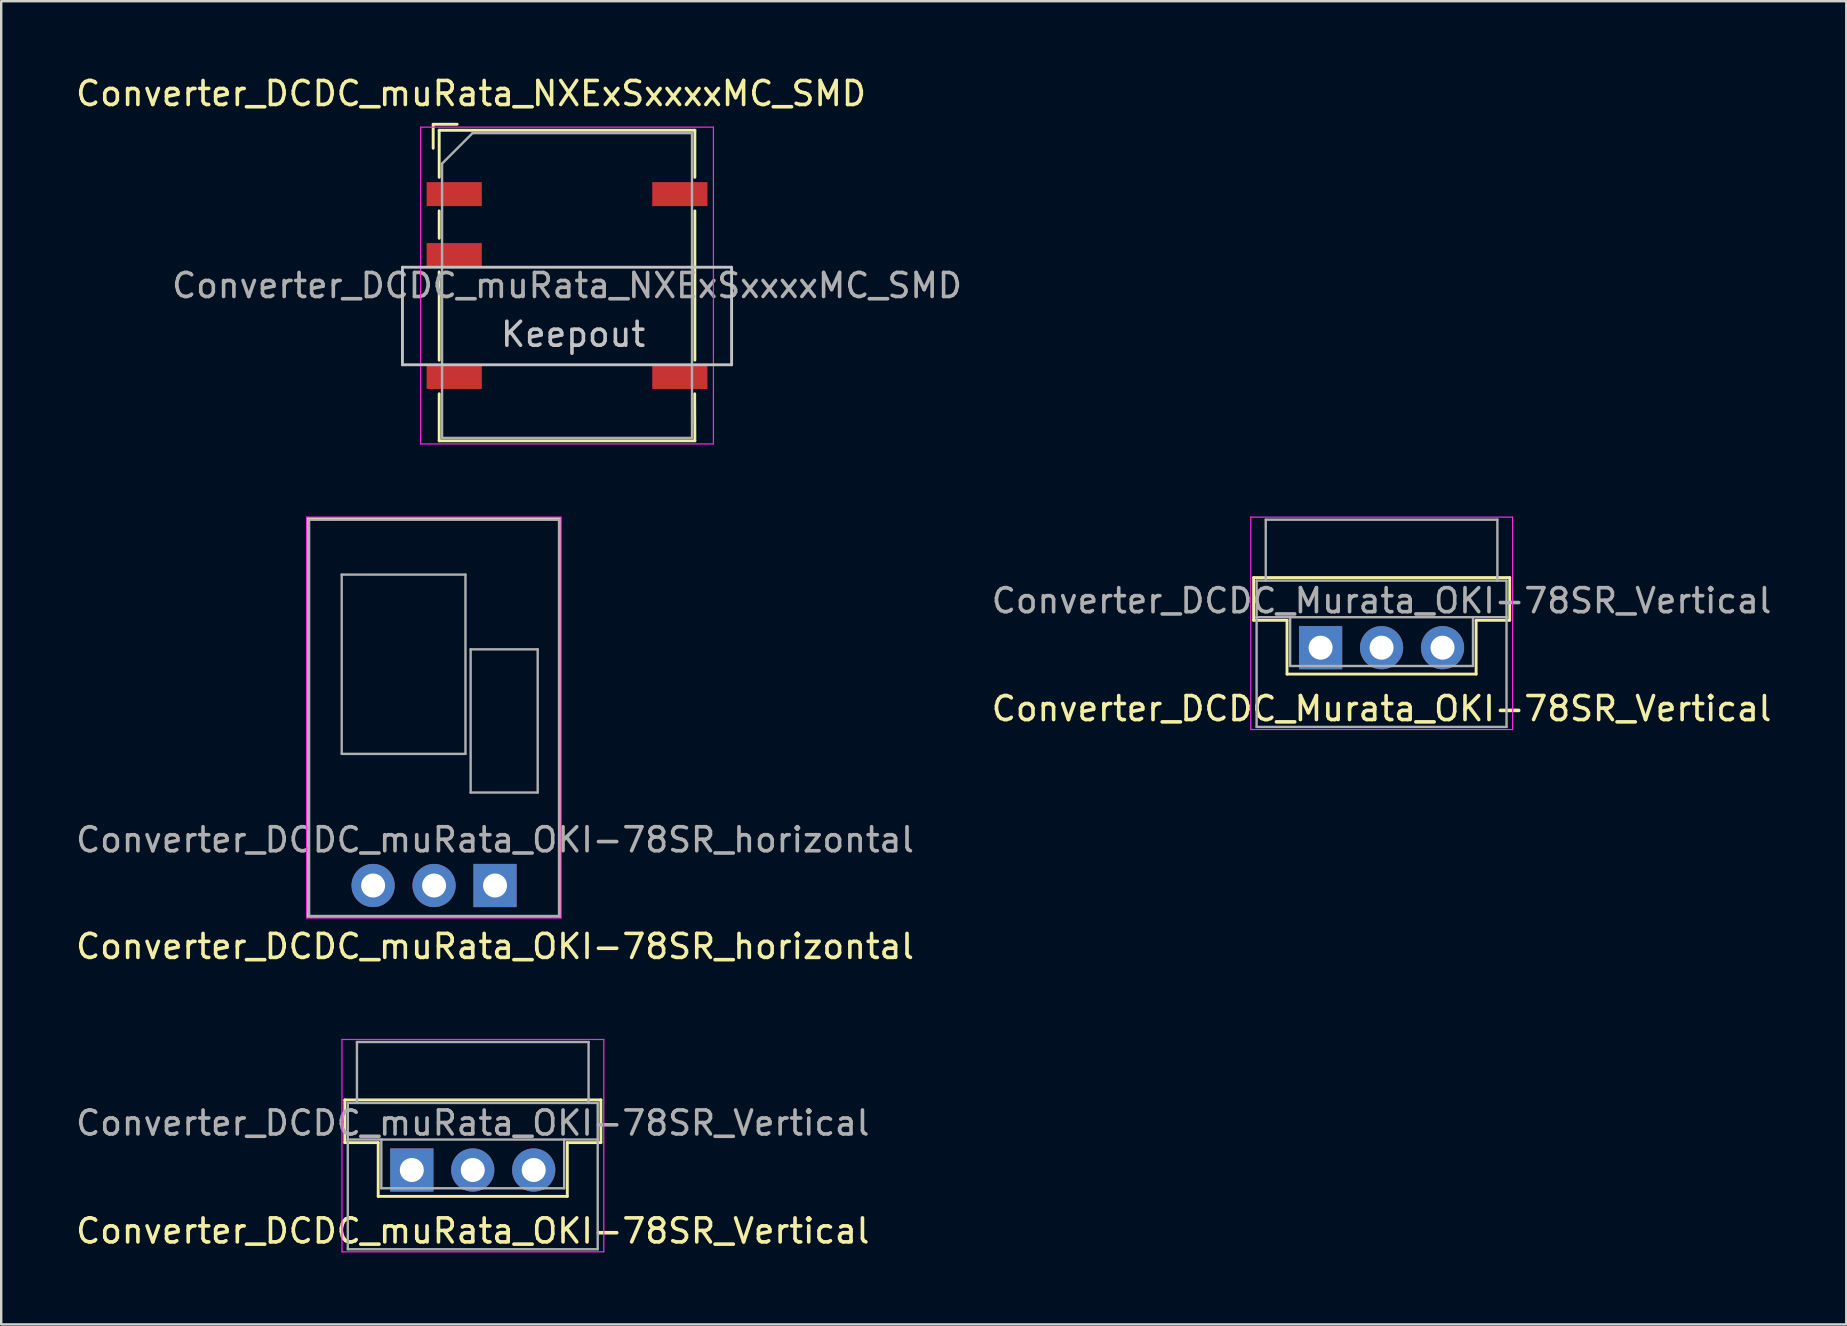
<source format=kicad_pcb>
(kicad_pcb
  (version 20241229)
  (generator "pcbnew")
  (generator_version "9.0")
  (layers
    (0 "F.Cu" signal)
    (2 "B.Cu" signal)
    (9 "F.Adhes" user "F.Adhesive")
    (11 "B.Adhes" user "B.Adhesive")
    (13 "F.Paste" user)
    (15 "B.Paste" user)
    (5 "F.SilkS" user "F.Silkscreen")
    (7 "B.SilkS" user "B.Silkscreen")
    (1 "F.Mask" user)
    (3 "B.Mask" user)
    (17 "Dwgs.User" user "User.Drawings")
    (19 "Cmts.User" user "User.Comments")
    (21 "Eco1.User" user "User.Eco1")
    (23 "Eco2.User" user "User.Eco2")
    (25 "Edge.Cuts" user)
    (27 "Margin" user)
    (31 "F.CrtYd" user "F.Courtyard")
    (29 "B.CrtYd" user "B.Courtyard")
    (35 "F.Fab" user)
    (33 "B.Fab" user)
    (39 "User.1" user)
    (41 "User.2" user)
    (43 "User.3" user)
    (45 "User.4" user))
  (footprint "Converter_DCDC_Murata_OKI-78SR_Vertical"
    (layer "F.Cu")
    (at 51.978 23.938)
    (property "Reference" "Converter_DCDC_Murata_OKI-78SR_Vertical" (at 2.54 2.54 180) (layer "F.SilkS") (effects (font (size 1 1) (thickness 0.15))))
    (attr through_hole)
    (fp_line (start -2.79 -2.92) (end -2.79 -1.14) (stroke (width 0.12) (type solid)) (layer "F.SilkS"))
    (fp_line (start -1.4 -1.14) (end -2.79 -1.14) (stroke (width 0.12) (type solid)) (layer "F.SilkS"))
    (fp_line (start -1.4 1.1) (end -1.4 -1.14) (stroke (width 0.12) (type solid)) (layer "F.SilkS"))
    (fp_line (start 6.48 -1.14) (end 6.48 1.1) (stroke (width 0.12) (type solid)) (layer "F.SilkS"))
    (fp_line (start 6.48 1.1) (end -1.4 1.1) (stroke (width 0.12) (type solid)) (layer "F.SilkS"))
    (fp_line (start 7.88 -2.92) (end -2.79 -2.92) (stroke (width 0.12) (type solid)) (layer "F.SilkS"))
    (fp_line (start 7.88 -1.15) (end 7.88 -2.92) (stroke (width 0.12) (type solid)) (layer "F.SilkS"))
    (fp_line (start 7.88 -1.14) (end 6.48 -1.14) (stroke (width 0.12) (type solid)) (layer "F.SilkS"))
    (fp_line (start -2.91 -5.44) (end -2.91 3.41) (stroke (width 0.05) (type solid)) (layer "F.CrtYd"))
    (fp_line (start -2.91 3.41) (end 8 3.41) (stroke (width 0.05) (type solid)) (layer "F.CrtYd"))
    (fp_line (start 8 -5.44) (end -2.91 -5.44) (stroke (width 0.05) (type solid)) (layer "F.CrtYd"))
    (fp_line (start 8 3.41) (end 8 -5.44) (stroke (width 0.05) (type solid)) (layer "F.CrtYd"))
    (fp_line (start -2.667 -2.794) (end -2.667 -1.27) (stroke (width 0.1) (type solid)) (layer "F.Fab"))
    (fp_line (start -2.667 -2.794) (end 7.747 -2.794) (stroke (width 0.1) (type solid)) (layer "F.Fab"))
    (fp_line (start -2.667 -1.27) (end -2.667 3.302) (stroke (width 0.1) (type solid)) (layer "F.Fab"))
    (fp_line (start -2.667 -1.27) (end 7.747 -1.27) (stroke (width 0.1) (type solid)) (layer "F.Fab"))
    (fp_line (start -2.286 -5.334) (end -2.286 -2.794) (stroke (width 0.1) (type solid)) (layer "F.Fab"))
    (fp_line (start -1.27 0.762) (end -1.27 -1.27) (stroke (width 0.1) (type solid)) (layer "F.Fab"))
    (fp_line (start -1.27 0.762) (end -0.406 0.762) (stroke (width 0.1) (type solid)) (layer "F.Fab"))
    (fp_line (start 0.406 0.762) (end -0.406 0.762) (stroke (width 0.1) (type solid)) (layer "F.Fab"))
    (fp_line (start 0.406 0.762) (end 2.134 0.762) (stroke (width 0.1) (type solid)) (layer "F.Fab"))
    (fp_line (start 2.946 0.762) (end 2.134 0.762) (stroke (width 0.1) (type solid)) (layer "F.Fab"))
    (fp_line (start 2.946 0.762) (end 4.674 0.762) (stroke (width 0.1) (type solid)) (layer "F.Fab"))
    (fp_line (start 5.486 0.762) (end 4.674 0.762) (stroke (width 0.1) (type solid)) (layer "F.Fab"))
    (fp_line (start 5.486 0.762) (end 6.35 0.762) (stroke (width 0.1) (type solid)) (layer "F.Fab"))
    (fp_line (start 6.35 -1.27) (end 6.35 0.762) (stroke (width 0.1) (type solid)) (layer "F.Fab"))
    (fp_line (start 7.366 -5.334) (end -2.286 -5.334) (stroke (width 0.1) (type solid)) (layer "F.Fab"))
    (fp_line (start 7.366 -2.794) (end 7.366 -5.334) (stroke (width 0.1) (type solid)) (layer "F.Fab"))
    (fp_line (start 7.747 -2.794) (end 7.747 -1.27) (stroke (width 0.1) (type solid)) (layer "F.Fab"))
    (fp_line (start 7.747 -1.27) (end 7.747 3.302) (stroke (width 0.1) (type solid)) (layer "F.Fab"))
    (fp_line (start 7.747 3.302) (end -2.667 3.302) (stroke (width 0.1) (type solid)) (layer "F.Fab"))
    (fp_text user "${REFERENCE}" (at 2.54 -1.956 180) (layer "F.Fab") (effects (font (size 1 1) (thickness 0.15))))
    (pad "1" thru_hole rect (at 0 0) (size 1.8 1.8) (drill 1) (layers "*.Cu" "*.Mask"))
    (pad "2" thru_hole circle (at 2.54 0) (size 1.8 1.8) (drill 1) (layers "*.Cu" "*.Mask"))
    (pad "3" thru_hole circle (at 5.08 0) (size 1.8 1.8) (drill 1) (layers "*.Cu" "*.Mask")))
  (footprint "Converter_DCDC_muRata_OKI-78SR_horizontal"
    (layer "F.Cu")
    (at 17.577 33.848)
    (property "Reference" "Converter_DCDC_muRata_OKI-78SR_horizontal" (at 0 2.54 0) (layer "F.SilkS") (effects (font (size 1 1) (thickness 0.15))))
    (attr smd)
    (fp_line (start -7.8 -15.3) (end -7.8 1.3) (stroke (width 0.1) (type solid)) (layer "F.SilkS"))
    (fp_line (start -7.8 1.3) (end 2.7 1.3) (stroke (width 0.1) (type solid)) (layer "F.SilkS"))
    (fp_line (start 2.7 -15.3) (end -7.8 -15.3) (stroke (width 0.1) (type solid)) (layer "F.SilkS"))
    (fp_line (start 2.7 1.3) (end 2.7 -15.3) (stroke (width 0.1) (type solid)) (layer "F.SilkS"))
    (fp_line (start -7.85 -15.35) (end -7.85 1.35) (stroke (width 0.05) (type solid)) (layer "F.CrtYd"))
    (fp_line (start -7.85 1.35) (end 2.75 1.35) (stroke (width 0.05) (type solid)) (layer "F.CrtYd"))
    (fp_line (start 2.75 -15.35) (end -7.85 -15.35) (stroke (width 0.05) (type solid)) (layer "F.CrtYd"))
    (fp_line (start 2.75 1.35) (end 2.75 -15.35) (stroke (width 0.05) (type solid)) (layer "F.CrtYd"))
    (fp_line (start -7.747 -15.24) (end 2.667 -15.24) (stroke (width 0.1) (type solid)) (layer "F.Fab"))
    (fp_line (start -7.747 1.27) (end -7.747 -15.24) (stroke (width 0.1) (type solid)) (layer "F.Fab"))
    (fp_line (start -6.388 -12.954) (end -1.232 -12.954) (stroke (width 0.1) (type solid)) (layer "F.Fab"))
    (fp_line (start -6.388 -5.486) (end -6.388 -12.954) (stroke (width 0.1) (type solid)) (layer "F.Fab"))
    (fp_line (start -1.232 -12.954) (end -1.232 -5.486) (stroke (width 0.1) (type solid)) (layer "F.Fab"))
    (fp_line (start -1.232 -5.486) (end -6.388 -5.486) (stroke (width 0.1) (type solid)) (layer "F.Fab"))
    (fp_line (start -1.016 -9.842) (end 1.778 -9.842) (stroke (width 0.1) (type solid)) (layer "F.Fab"))
    (fp_line (start -1.016 -3.873) (end -1.016 -9.842) (stroke (width 0.1) (type solid)) (layer "F.Fab"))
    (fp_line (start 1.778 -9.842) (end 1.778 -3.873) (stroke (width 0.1) (type solid)) (layer "F.Fab"))
    (fp_line (start 1.778 -3.873) (end -1.016 -3.873) (stroke (width 0.1) (type solid)) (layer "F.Fab"))
    (fp_line (start 2.667 -15.24) (end 2.667 1.27) (stroke (width 0.1) (type solid)) (layer "F.Fab"))
    (fp_line (start 2.667 1.27) (end -7.747 1.27) (stroke (width 0.1) (type solid)) (layer "F.Fab"))
    (fp_text user "${REFERENCE}" (at 0 -1.905 0) (layer "F.Fab") (effects (font (size 1 1) (thickness 0.15))))
    (pad "1" thru_hole rect (at 0 0) (size 1.8 1.8) (drill 1) (layers "*.Cu" "*.Mask"))
    (pad "2" thru_hole circle (at -2.54 0) (size 1.8 1.8) (drill 1) (layers "*.Cu" "*.Mask"))
    (pad "3" thru_hole circle (at -5.08 0) (size 1.8 1.8) (drill 1) (layers "*.Cu" "*.Mask")))
  (footprint "Converter_DCDC_muRata_OKI-78SR_Vertical"
    (layer "F.Cu")
    (at 14.109 45.702)
    (property "Reference" "Converter_DCDC_muRata_OKI-78SR_Vertical" (at 2.54 2.54 180) (layer "F.SilkS") (effects (font (size 1 1) (thickness 0.15))))
    (attr through_hole)
    (fp_line (start -2.79 -2.92) (end -2.79 -1.14) (stroke (width 0.12) (type solid)) (layer "F.SilkS"))
    (fp_line (start -1.4 -1.14) (end -2.79 -1.14) (stroke (width 0.12) (type solid)) (layer "F.SilkS"))
    (fp_line (start -1.4 1.1) (end -1.4 -1.14) (stroke (width 0.12) (type solid)) (layer "F.SilkS"))
    (fp_line (start 6.48 -1.14) (end 6.48 1.1) (stroke (width 0.12) (type solid)) (layer "F.SilkS"))
    (fp_line (start 6.48 1.1) (end -1.4 1.1) (stroke (width 0.12) (type solid)) (layer "F.SilkS"))
    (fp_line (start 7.88 -2.92) (end -2.79 -2.92) (stroke (width 0.12) (type solid)) (layer "F.SilkS"))
    (fp_line (start 7.88 -1.15) (end 7.88 -2.92) (stroke (width 0.12) (type solid)) (layer "F.SilkS"))
    (fp_line (start 7.88 -1.14) (end 6.48 -1.14) (stroke (width 0.12) (type solid)) (layer "F.SilkS"))
    (fp_line (start -2.91 -5.44) (end -2.91 3.41) (stroke (width 0.05) (type solid)) (layer "F.CrtYd"))
    (fp_line (start -2.91 3.41) (end 8 3.41) (stroke (width 0.05) (type solid)) (layer "F.CrtYd"))
    (fp_line (start 8 -5.44) (end -2.91 -5.44) (stroke (width 0.05) (type solid)) (layer "F.CrtYd"))
    (fp_line (start 8 3.41) (end 8 -5.44) (stroke (width 0.05) (type solid)) (layer "F.CrtYd"))
    (fp_line (start -2.667 -2.794) (end -2.667 -1.27) (stroke (width 0.1) (type solid)) (layer "F.Fab"))
    (fp_line (start -2.667 -2.794) (end 7.747 -2.794) (stroke (width 0.1) (type solid)) (layer "F.Fab"))
    (fp_line (start -2.667 -1.27) (end -2.667 3.302) (stroke (width 0.1) (type solid)) (layer "F.Fab"))
    (fp_line (start -2.667 -1.27) (end 7.747 -1.27) (stroke (width 0.1) (type solid)) (layer "F.Fab"))
    (fp_line (start -2.286 -5.334) (end -2.286 -2.794) (stroke (width 0.1) (type solid)) (layer "F.Fab"))
    (fp_line (start -1.27 0.762) (end -1.27 -1.27) (stroke (width 0.1) (type solid)) (layer "F.Fab"))
    (fp_line (start -1.27 0.762) (end -0.406 0.762) (stroke (width 0.1) (type solid)) (layer "F.Fab"))
    (fp_line (start 0.406 0.762) (end -0.406 0.762) (stroke (width 0.1) (type solid)) (layer "F.Fab"))
    (fp_line (start 0.406 0.762) (end 2.134 0.762) (stroke (width 0.1) (type solid)) (layer "F.Fab"))
    (fp_line (start 2.946 0.762) (end 2.134 0.762) (stroke (width 0.1) (type solid)) (layer "F.Fab"))
    (fp_line (start 2.946 0.762) (end 4.674 0.762) (stroke (width 0.1) (type solid)) (layer "F.Fab"))
    (fp_line (start 5.486 0.762) (end 4.674 0.762) (stroke (width 0.1) (type solid)) (layer "F.Fab"))
    (fp_line (start 5.486 0.762) (end 6.35 0.762) (stroke (width 0.1) (type solid)) (layer "F.Fab"))
    (fp_line (start 6.35 -1.27) (end 6.35 0.762) (stroke (width 0.1) (type solid)) (layer "F.Fab"))
    (fp_line (start 7.366 -5.334) (end -2.286 -5.334) (stroke (width 0.1) (type solid)) (layer "F.Fab"))
    (fp_line (start 7.366 -2.794) (end 7.366 -5.334) (stroke (width 0.1) (type solid)) (layer "F.Fab"))
    (fp_line (start 7.747 -2.794) (end 7.747 -1.27) (stroke (width 0.1) (type solid)) (layer "F.Fab"))
    (fp_line (start 7.747 -1.27) (end 7.747 3.302) (stroke (width 0.1) (type solid)) (layer "F.Fab"))
    (fp_line (start 7.747 3.302) (end -2.667 3.302) (stroke (width 0.1) (type solid)) (layer "F.Fab"))
    (fp_text user "${REFERENCE}" (at 2.54 -1.956 180) (layer "F.Fab") (effects (font (size 1 1) (thickness 0.15))))
    (pad "1" thru_hole rect (at 0 0) (size 1.8 1.8) (drill 1) (layers "*.Cu" "*.Mask"))
    (pad "2" thru_hole circle (at 2.54 0) (size 1.8 1.8) (drill 1) (layers "*.Cu" "*.Mask"))
    (pad "3" thru_hole circle (at 5.08 0) (size 1.8 1.8) (drill 1) (layers "*.Cu" "*.Mask")))
  (footprint "Converter_DCDC_muRata_NXExSxxxxMC_SMD"
    (layer "F.Cu")
    (at 20.577 8.848)
    (property "Reference" "Converter_DCDC_muRata_NXExSxxxxMC_SMD" (at -4 -8 0) (layer "F.SilkS") (effects (font (size 1 1) (thickness 0.15))))
    (attr smd)
    (fp_line (start -5.577 -6.72) (end -5.577 -5.72) (stroke (width 0.12) (type solid)) (layer "F.SilkS"))
    (fp_line (start -5.327 -6.47) (end 5.327 -6.47) (stroke (width 0.12) (type solid)) (layer "F.SilkS"))
    (fp_line (start -5.327 -4.51) (end -5.327 -6.47) (stroke (width 0.12) (type solid)) (layer "F.SilkS"))
    (fp_line (start -5.327 -1.97) (end -5.327 -3.11) (stroke (width 0.12) (type solid)) (layer "F.SilkS"))
    (fp_line (start -5.327 3.11) (end -5.327 -0.57) (stroke (width 0.12) (type solid)) (layer "F.SilkS"))
    (fp_line (start -5.327 6.47) (end -5.327 4.51) (stroke (width 0.12) (type solid)) (layer "F.SilkS"))
    (fp_line (start -4.577 -6.72) (end -5.577 -6.72) (stroke (width 0.12) (type solid)) (layer "F.SilkS"))
    (fp_line (start 5.32 4.51) (end 5.327 6.47) (stroke (width 0.12) (type solid)) (layer "F.SilkS"))
    (fp_line (start 5.327 -6.47) (end 5.327 -4.51) (stroke (width 0.12) (type solid)) (layer "F.SilkS"))
    (fp_line (start 5.327 -3.11) (end 5.327 3.11) (stroke (width 0.12) (type solid)) (layer "F.SilkS"))
    (fp_line (start 5.327 6.47) (end -5.327 6.47) (stroke (width 0.12) (type solid)) (layer "F.SilkS"))
    (fp_line (start -6.858 -0.762) (end 6.858 -0.762) (stroke (width 0.12) (type solid)) (layer "Dwgs.User"))
    (fp_line (start -6.858 3.302) (end -6.858 -0.762) (stroke (width 0.12) (type solid)) (layer "Dwgs.User"))
    (fp_line (start 6.858 -0.762) (end 6.858 3.302) (stroke (width 0.12) (type solid)) (layer "Dwgs.User"))
    (fp_line (start 6.858 3.302) (end -6.858 3.302) (stroke (width 0.12) (type solid)) (layer "Dwgs.User"))
    (fp_line (start -6.1 6.6) (end -6.1 -6.6) (stroke (width 0.05) (type solid)) (layer "F.CrtYd"))
    (fp_line (start 6.1 -6.6) (end -6.1 -6.6) (stroke (width 0.05) (type solid)) (layer "F.CrtYd"))
    (fp_line (start 6.1 -6.6) (end 6.1 6.6) (stroke (width 0.05) (type solid)) (layer "F.CrtYd"))
    (fp_line (start 6.1 6.6) (end -6.1 6.6) (stroke (width 0.05) (type solid)) (layer "F.CrtYd"))
    (fp_line (start -5.207 6.35) (end -5.207 -5.08) (stroke (width 0.1) (type solid)) (layer "F.Fab"))
    (fp_line (start -3.937 -6.35) (end -5.207 -5.08) (stroke (width 0.1) (type solid)) (layer "F.Fab"))
    (fp_line (start -3.937 -6.35) (end 5.207 -6.35) (stroke (width 0.1) (type solid)) (layer "F.Fab"))
    (fp_line (start 5.207 -6.35) (end 5.207 6.35) (stroke (width 0.1) (type solid)) (layer "F.Fab"))
    (fp_line (start 5.207 6.35) (end -5.207 6.35) (stroke (width 0.1) (type solid)) (layer "F.Fab"))
    (fp_text user "Keepout" (at 0.254 2.032 0) (layer "Dwgs.User") (effects (font (size 1 1) (thickness 0.15))))
    (fp_text user "${REFERENCE}" (at 0 0 0) (layer "F.Fab") (effects (font (size 1 1) (thickness 0.15))))
    (pad "1" smd rect (at -4.7 -3.81 270) (size 1 2.3) (layers "F.Cu" "F.Mask" "F.Paste"))
    (pad "3" smd rect (at -4.7 -1.27 270) (size 1 2.3) (layers "F.Cu" "F.Mask" "F.Paste"))
    (pad "7" smd rect (at -4.7 3.81 270) (size 1 2.3) (layers "F.Cu" "F.Mask" "F.Paste"))
    (pad "8" smd rect (at 4.7 3.81 270) (size 1 2.3) (layers "F.Cu" "F.Mask" "F.Paste"))
    (pad "14" smd rect (at 4.7 -3.81 270) (size 1 2.3) (layers "F.Cu" "F.Mask" "F.Paste")))
  (gr_rect
    (start -3 -3)
    (end 73.881 52.136)
    (stroke (width 0.1) (type default))
    (fill no)
    (layer "Edge.Cuts")))
</source>
